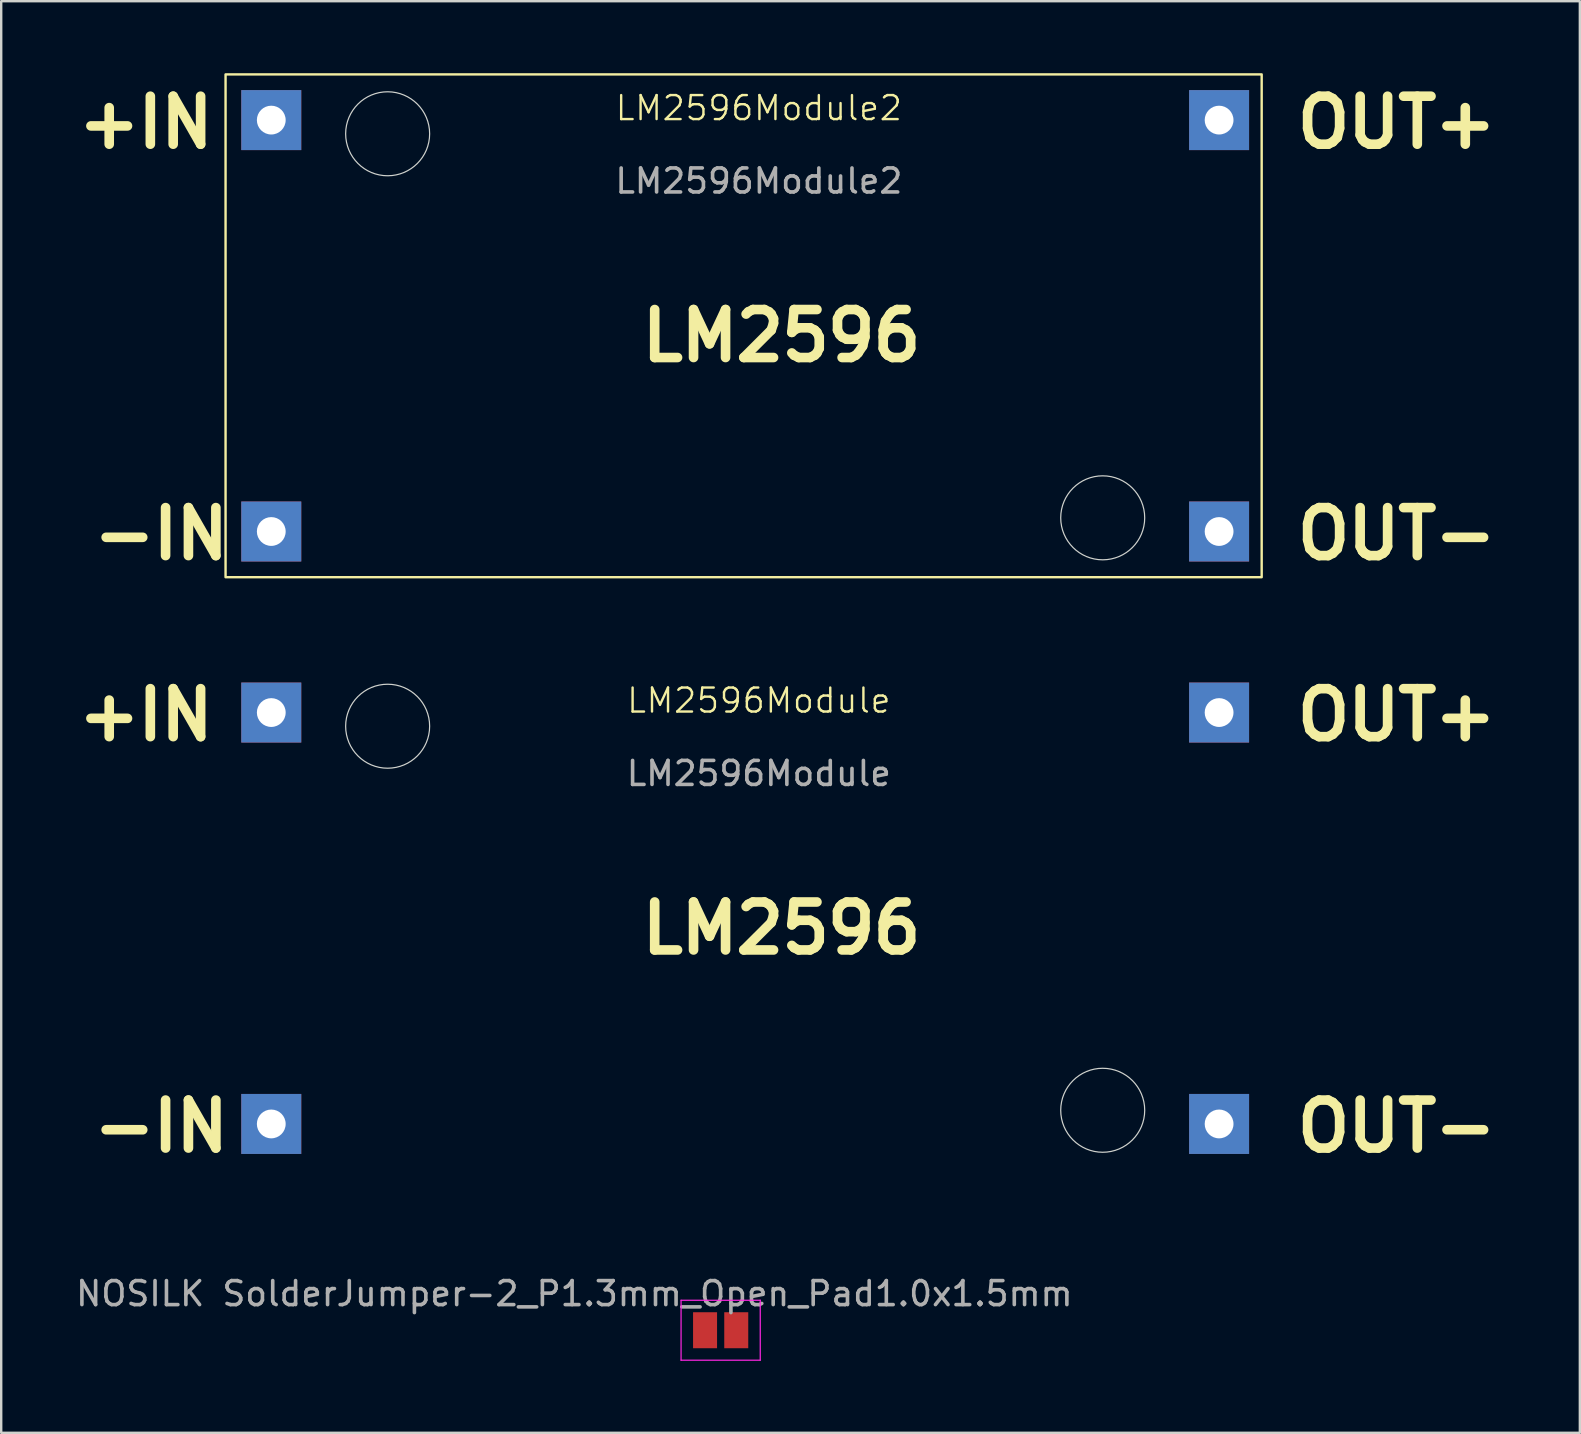
<source format=kicad_pcb>
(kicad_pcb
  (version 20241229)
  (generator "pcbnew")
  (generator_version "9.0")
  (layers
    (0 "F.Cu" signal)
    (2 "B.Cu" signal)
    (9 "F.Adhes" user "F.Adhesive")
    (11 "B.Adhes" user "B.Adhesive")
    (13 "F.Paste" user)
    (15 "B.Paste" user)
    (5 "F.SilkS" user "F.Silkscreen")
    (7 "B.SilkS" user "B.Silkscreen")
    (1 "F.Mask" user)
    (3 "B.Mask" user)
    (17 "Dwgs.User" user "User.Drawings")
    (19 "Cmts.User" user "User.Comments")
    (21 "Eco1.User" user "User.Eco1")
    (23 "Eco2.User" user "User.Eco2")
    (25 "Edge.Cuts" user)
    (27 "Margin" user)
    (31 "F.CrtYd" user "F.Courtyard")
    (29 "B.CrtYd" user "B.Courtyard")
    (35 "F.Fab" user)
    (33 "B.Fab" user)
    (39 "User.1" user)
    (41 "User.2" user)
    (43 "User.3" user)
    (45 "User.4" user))
  (footprint "LM2596Module"
    (layer "F.Cu")
    (at 8.255 26.645)
    (property "Reference" "LM2596Module" (at 20.32 -0.5 0) (unlocked yes) (layer "F.SilkS") (effects (font (size 1 1) (thickness 0.1))))
    (attr through_hole)
    (fp_circle (center 4.85 0.57) (end 6.6 0.57) (stroke (width 0.05) (type default)) (fill no) (layer "Edge.Cuts"))
    (fp_circle (center 34.65 16.575) (end 36.4 16.575) (stroke (width 0.05) (type default)) (fill no) (layer "Edge.Cuts"))
    (fp_rect (start -2.54 -2.54) (end 43.18 20.32) (stroke (width 0.1) (type default)) (fill no) (layer "Margin"))
    (fp_text user "LM2596" (at 15.24 10.16 0) (unlocked yes) (layer "F.SilkS") (effects (font (size 2 2) (thickness 0.4) (bold yes)) (justify left bottom)))
    (fp_text user "OUT+" (at 42.545 1.27 0) (unlocked yes) (layer "F.SilkS") (effects (font (size 2 2) (thickness 0.4) (bold yes)) (justify left bottom)))
    (fp_text user "OUT-" (at 42.545 18.415 0) (unlocked yes) (layer "F.SilkS") (effects (font (size 2 2) (thickness 0.4) (bold yes)) (justify left bottom)))
    (fp_text user "+IN" (at -8.255 1.27 0) (unlocked yes) (layer "F.SilkS") (effects (font (size 2 2) (thickness 0.4) (bold yes)) (justify left bottom)))
    (fp_text user "-IN" (at -7.62 18.415 0) (unlocked yes) (layer "F.SilkS") (effects (font (size 2 2) (thickness 0.4) (bold yes)) (justify left bottom)))
    (fp_text user "${REFERENCE}" (at 20.32 2.54 0) (unlocked yes) (layer "F.Fab") (effects (font (size 1 1) (thickness 0.15))))
    (pad "1" thru_hole rect (at 0 17.145) (size 2.5 2.5) (drill 1.2) (layers "*.Cu" "*.Mask"))
    (pad "2" thru_hole rect (at 0 0) (size 2.5 2.5) (drill 1.2) (layers "*.Cu" "*.Mask"))
    (pad "3" thru_hole rect (at 39.5 17.145) (size 2.5 2.5) (drill 1.2) (layers "*.Cu" "*.Mask"))
    (pad "4" thru_hole rect (at 39.5 0) (size 2.5 2.5) (drill 1.2) (layers "*.Cu" "*.Mask")))
  (footprint "NOSILK SolderJumper-2_P1.3mm_Open_Pad1.0x1.5mm"
    (layer "F.Cu")
    (at 26.983 52.387)
    (property "Reference" "NOSILK SolderJumper-2_P1.3mm_Open_Pad1.0x1.5mm" (at -6.096 -1.524 0) (layer "F.Fab") (effects (font (size 1 1) (thickness 0.15))))
    (attr exclude_from_pos_files)
    (fp_line (start -1.65 -1.25) (end -1.65 1.25) (stroke (width 0.05) (type solid)) (layer "F.CrtYd"))
    (fp_line (start -1.65 -1.25) (end 1.65 -1.25) (stroke (width 0.05) (type solid)) (layer "F.CrtYd"))
    (fp_line (start 1.65 1.25) (end -1.65 1.25) (stroke (width 0.05) (type solid)) (layer "F.CrtYd"))
    (fp_line (start 1.65 1.25) (end 1.65 -1.25) (stroke (width 0.05) (type solid)) (layer "F.CrtYd"))
    (pad "1" smd rect (at -0.65 0) (size 1 1.5) (layers "F.Cu" "F.Mask"))
    (pad "2" smd rect (at 0.65 0) (size 1 1.5) (layers "F.Cu" "F.Mask")))
  (footprint "LM2596Module2"
    (layer "F.Cu")
    (at 8.255 1.955)
    (property "Reference" "LM2596Module2" (at 20.32 -0.5 0) (unlocked yes) (layer "F.SilkS") (effects (font (size 1 1) (thickness 0.1))))
    (attr through_hole)
    (fp_rect (start -1.905 -1.905) (end 41.275 19.05) (stroke (width 0.1) (type default)) (fill no) (layer "F.SilkS"))
    (fp_circle (center 4.85 0.57) (end 6.6 0.57) (stroke (width 0.05) (type default)) (fill no) (layer "Edge.Cuts"))
    (fp_circle (center 34.65 16.575) (end 36.4 16.575) (stroke (width 0.05) (type default)) (fill no) (layer "Edge.Cuts"))
    (fp_text user "+IN" (at -8.255 1.27 0) (unlocked yes) (layer "F.SilkS") (effects (font (size 2 2) (thickness 0.4) (bold yes)) (justify left bottom)))
    (fp_text user "LM2596" (at 15.24 10.16 0) (unlocked yes) (layer "F.SilkS") (effects (font (size 2 2) (thickness 0.4) (bold yes)) (justify left bottom)))
    (fp_text user "OUT-" (at 42.545 18.415 0) (unlocked yes) (layer "F.SilkS") (effects (font (size 2 2) (thickness 0.4) (bold yes)) (justify left bottom)))
    (fp_text user "-IN" (at -7.62 18.415 0) (unlocked yes) (layer "F.SilkS") (effects (font (size 2 2) (thickness 0.4) (bold yes)) (justify left bottom)))
    (fp_text user "OUT+" (at 42.545 1.27 0) (unlocked yes) (layer "F.SilkS") (effects (font (size 2 2) (thickness 0.4) (bold yes)) (justify left bottom)))
    (fp_text user "${REFERENCE}" (at 20.32 2.54 0) (unlocked yes) (layer "F.Fab") (effects (font (size 1 1) (thickness 0.15))))
    (pad "1" thru_hole rect (at 0 17.145) (size 2.5 2.5) (drill 1.2) (layers "*.Cu" "*.Mask"))
    (pad "2" thru_hole rect (at 0 0) (size 2.5 2.5) (drill 1.2) (layers "*.Cu" "*.Mask"))
    (pad "3" thru_hole rect (at 39.5 17.145) (size 2.5 2.5) (drill 1.2) (layers "*.Cu" "*.Mask"))
    (pad "4" thru_hole rect (at 39.5 0) (size 2.5 2.5) (drill 1.2) (layers "*.Cu" "*.Mask")))
  (gr_rect
    (start -3 -3)
    (end 62.79 56.662)
    (stroke (width 0.1) (type default))
    (fill no)
    (layer "Edge.Cuts")))
</source>
